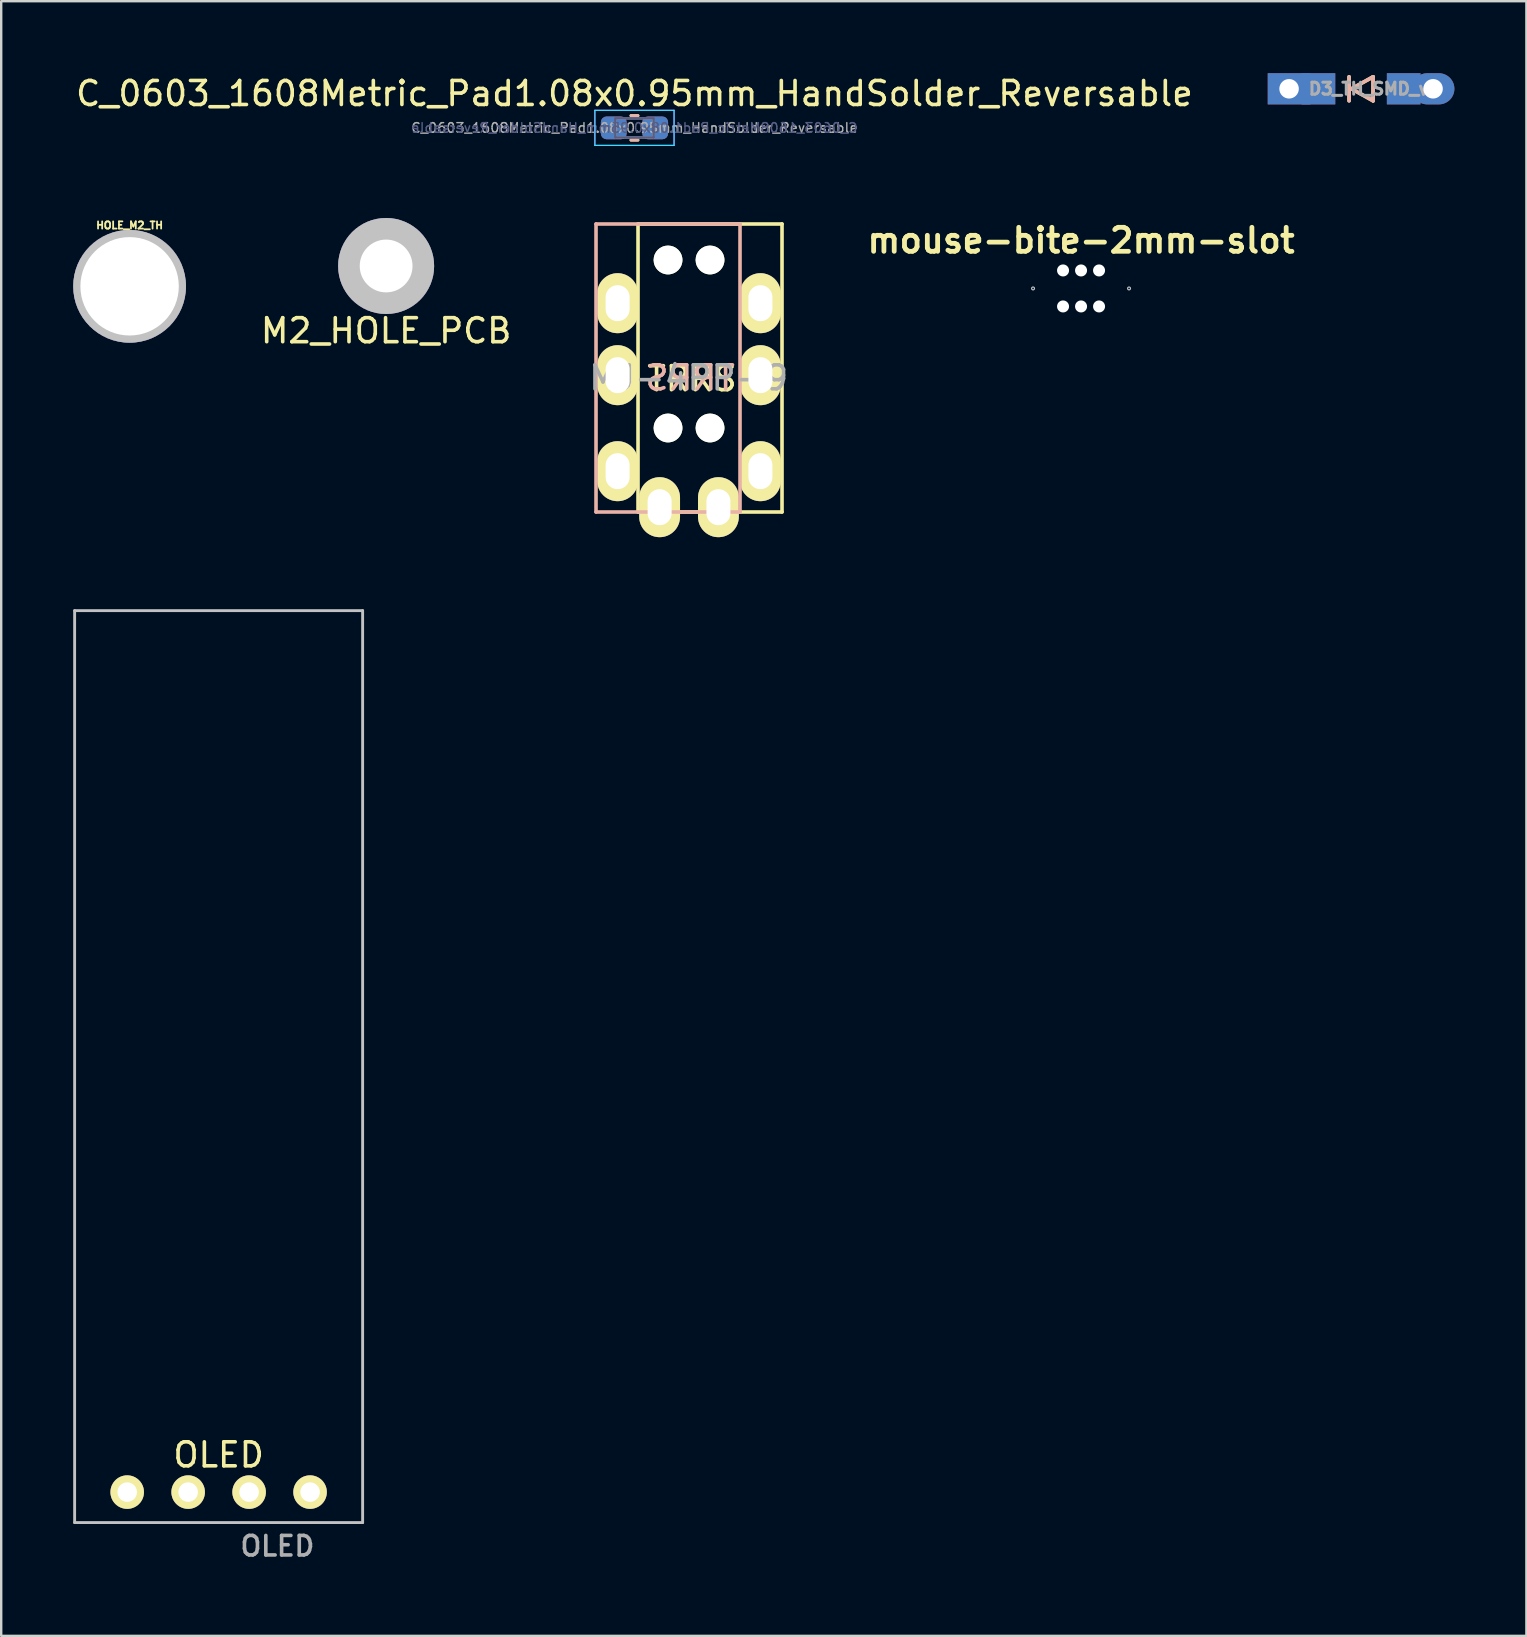
<source format=kicad_pcb>
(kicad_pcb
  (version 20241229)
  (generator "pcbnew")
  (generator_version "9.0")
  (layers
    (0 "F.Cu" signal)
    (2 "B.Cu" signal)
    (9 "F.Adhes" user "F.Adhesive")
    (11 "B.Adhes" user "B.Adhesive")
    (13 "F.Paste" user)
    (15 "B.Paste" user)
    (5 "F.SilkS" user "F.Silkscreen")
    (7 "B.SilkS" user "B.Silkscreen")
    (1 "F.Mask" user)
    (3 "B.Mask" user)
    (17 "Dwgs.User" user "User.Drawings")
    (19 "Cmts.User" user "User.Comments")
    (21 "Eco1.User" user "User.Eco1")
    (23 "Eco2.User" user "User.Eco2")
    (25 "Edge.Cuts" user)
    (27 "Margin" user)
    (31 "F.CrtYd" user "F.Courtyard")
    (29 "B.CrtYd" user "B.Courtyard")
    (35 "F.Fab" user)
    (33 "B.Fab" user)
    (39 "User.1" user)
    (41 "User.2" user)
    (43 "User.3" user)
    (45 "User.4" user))
  (footprint "mouse-bite-2mm-slot"
    (layer "F.Cu")
    (at 41.995 8.969)
    (property "Reference" "mouse-bite-2mm-slot" (at 0 -2 0) (layer "F.SilkS") (effects (font (size 1 1) (thickness 0.2))))
    (attr through_hole)
    (fp_circle (center -2 0) (end -2 -0.06) (stroke (width 0.05) (type solid)) (fill no) (layer "Dwgs.User"))
    (fp_circle (center 2 0) (end 2.06 0) (stroke (width 0.05) (type solid)) (fill no) (layer "Dwgs.User"))
    (fp_line (start -2 0) (end -2 0) (stroke (width 2) (type solid)) (layer "Eco1.User"))
    (fp_line (start 2 0) (end 2 0) (stroke (width 2) (type solid)) (layer "Eco1.User"))
    (pad "" np_thru_hole circle (at -0.75 -0.75) (size 0.5 0.5) (drill 0.5) (layers "*.Cu" "*.Mask"))
    (pad "" np_thru_hole circle (at -0.75 0.75) (size 0.5 0.5) (drill 0.5) (layers "*.Cu" "*.Mask"))
    (pad "" np_thru_hole circle (at 0 -0.75) (size 0.5 0.5) (drill 0.5) (layers "*.Cu" "*.Mask"))
    (pad "" np_thru_hole circle (at 0 0.75) (size 0.5 0.5) (drill 0.5) (layers "*.Cu" "*.Mask"))
    (pad "" np_thru_hole circle (at 0.75 -0.75) (size 0.5 0.5) (drill 0.5) (layers "*.Cu" "*.Mask"))
    (pad "" np_thru_hole circle (at 0.75 0.75) (size 0.5 0.5) (drill 0.5) (layers "*.Cu" "*.Mask")))
  (footprint "OLED"
    (layer "F.Cu")
    (at 6.06 59.123)
    (property "Reference" "OLED" (at 2.45 2.25 180) (layer "F.Fab") (effects (font (size 0.813 0.813) (thickness 0.15))))
    (attr through_hole)
    (fp_line (start -6 -36.73) (end 6 -36.73) (stroke (width 0.12) (type solid)) (layer "Dwgs.User"))
    (fp_line (start -6 1.27) (end -6 -36.73) (stroke (width 0.12) (type solid)) (layer "Dwgs.User"))
    (fp_line (start -6 1.27) (end 6 1.27) (stroke (width 0.12) (type solid)) (layer "Dwgs.User"))
    (fp_line (start 6 -36.73) (end 6 1.27) (stroke (width 0.12) (type solid)) (layer "Dwgs.User"))
    (fp_text user "OLED" (at 0 -1.55 0) (layer "F.SilkS") (effects (font (size 1 1) (thickness 0.15))))
    (pad "1" thru_hole circle (at -3.81 0) (size 1.397 1.397) (drill 0.813) (layers "*.Cu" "B.Mask" "F.SilkS"))
    (pad "2" thru_hole circle (at -1.27 0) (size 1.397 1.397) (drill 0.813) (layers "*.Cu" "B.Mask" "F.SilkS"))
    (pad "3" thru_hole circle (at 1.27 0) (size 1.397 1.397) (drill 0.813) (layers "*.Cu" "B.Mask" "F.SilkS"))
    (pad "4" thru_hole circle (at 3.81 0) (size 1.397 1.397) (drill 0.813) (layers "*.Cu" "B.Mask" "F.SilkS")))
  (footprint "MJ-4PP-9"
    (layer "F.Cu")
    (at 26.535 6.283)
    (property "Reference" "MJ-4PP-9" (at -0.889 6.413 0) (layer "F.Fab") (effects (font (size 1 1) (thickness 0.15))))
    (attr through_hole)
    (fp_line (start -3 0) (end 3 0) (stroke (width 0.15) (type solid)) (layer "F.SilkS"))
    (fp_line (start -3 12) (end -3 0) (stroke (width 0.15) (type solid)) (layer "F.SilkS"))
    (fp_line (start 3 0) (end 3 12) (stroke (width 0.15) (type solid)) (layer "F.SilkS"))
    (fp_line (start 3 12) (end -3 12) (stroke (width 0.15) (type solid)) (layer "F.SilkS"))
    (fp_line (start -4.75 0) (end 1.25 0) (stroke (width 0.15) (type solid)) (layer "B.SilkS"))
    (fp_line (start -4.75 12) (end -4.75 0) (stroke (width 0.15) (type solid)) (layer "B.SilkS"))
    (fp_line (start 1.25 0) (end 1.25 12) (stroke (width 0.15) (type solid)) (layer "B.SilkS"))
    (fp_line (start 1.25 12) (end -4.75 12) (stroke (width 0.15) (type solid)) (layer "B.SilkS"))
    (fp_text user "TRRS" (at -0.75 6.45 0) (layer "F.SilkS") (effects (font (size 1 1) (thickness 0.15))))
    (fp_text user "TRRS" (at -0.826 6.413 0) (layer "B.SilkS") (effects (font (size 1 1) (thickness 0.15)) (justify mirror)))
    (pad "" np_thru_hole circle (at -1.75 1.5) (size 1.2 1.2) (drill 1.2) (layers "*.Cu" "*.Mask" "F.SilkS"))
    (pad "" np_thru_hole circle (at -1.75 8.5) (size 1.2 1.2) (drill 1.2) (layers "*.Cu" "*.Mask" "F.SilkS"))
    (pad "" np_thru_hole circle (at 0 1.5) (size 1.2 1.2) (drill 1.2) (layers "*.Cu" "*.Mask" "F.SilkS"))
    (pad "" np_thru_hole circle (at 0 8.5) (size 1.2 1.2) (drill 1.2) (layers "*.Cu" "*.Mask" "F.SilkS"))
    (pad "1" thru_hole oval (at -3.85 10.3) (size 1.7 2.5) (drill oval 1 1.5) (layers "*.Cu" "*.Mask" "F.SilkS"))
    (pad "1" thru_hole oval (at 2.1 10.3) (size 1.7 2.5) (drill oval 1 1.5) (layers "*.Cu" "*.Mask" "F.SilkS"))
    (pad "2" thru_hole oval (at -3.85 6.3) (size 1.7 2.5) (drill oval 1 1.5) (layers "*.Cu" "*.Mask" "F.SilkS"))
    (pad "2" thru_hole oval (at 2.1 6.3) (size 1.7 2.5) (drill oval 1 1.5) (layers "*.Cu" "*.Mask" "F.SilkS"))
    (pad "3" thru_hole oval (at -3.85 3.3) (size 1.7 2.5) (drill oval 1 1.5) (layers "*.Cu" "*.Mask" "F.SilkS"))
    (pad "3" thru_hole oval (at 2.1 3.3) (size 1.7 2.5) (drill oval 1 1.5) (layers "*.Cu" "*.Mask" "F.SilkS"))
    (pad "4" thru_hole oval (at -2.1 11.8) (size 1.7 2.5) (drill oval 1 1.5) (layers "*.Cu" "*.Mask" "F.SilkS"))
    (pad "4" thru_hole oval (at 0.35 11.8) (size 1.7 2.5) (drill oval 1 1.5) (layers "*.Cu" "*.Mask" "F.SilkS")))
  (footprint "C_0603_1608Metric_Pad1.08x0.95mm_HandSolder_Reversable"
    (layer "F.Cu")
    (at 23.387 2.278)
    (property "Reference" "C_0603_1608Metric_Pad1.08x0.95mm_HandSolder_Reversable" (at 0 -1.43 0) (layer "F.SilkS") (effects (font (size 1 1) (thickness 0.15))))
    (attr smd)
    (fp_line (start -0.146 -0.51) (end 0.146 -0.51) (stroke (width 0.12) (type solid)) (layer "F.SilkS"))
    (fp_line (start -0.146 0.51) (end 0.146 0.51) (stroke (width 0.12) (type solid)) (layer "F.SilkS"))
    (fp_line (start -0.146 -0.51) (end 0.146 -0.51) (stroke (width 0.12) (type solid)) (layer "B.SilkS"))
    (fp_line (start -0.146 0.51) (end 0.146 0.51) (stroke (width 0.12) (type solid)) (layer "B.SilkS"))
    (fp_line (start -1.65 -0.73) (end -1.65 0.73) (stroke (width 0.05) (type solid)) (layer "B.CrtYd"))
    (fp_line (start -1.65 0.73) (end 1.65 0.73) (stroke (width 0.05) (type solid)) (layer "B.CrtYd"))
    (fp_line (start 1.65 -0.73) (end -1.65 -0.73) (stroke (width 0.05) (type solid)) (layer "B.CrtYd"))
    (fp_line (start 1.65 0.73) (end 1.65 -0.73) (stroke (width 0.05) (type solid)) (layer "B.CrtYd"))
    (fp_line (start -1.65 -0.73) (end 1.65 -0.73) (stroke (width 0.05) (type solid)) (layer "F.CrtYd"))
    (fp_line (start -1.65 0.73) (end -1.65 -0.73) (stroke (width 0.05) (type solid)) (layer "F.CrtYd"))
    (fp_line (start 1.65 -0.73) (end 1.65 0.73) (stroke (width 0.05) (type solid)) (layer "F.CrtYd"))
    (fp_line (start 1.65 0.73) (end -1.65 0.73) (stroke (width 0.05) (type solid)) (layer "F.CrtYd"))
    (fp_line (start -0.8 -0.4) (end -0.8 0.4) (stroke (width 0.1) (type solid)) (layer "B.Fab"))
    (fp_line (start -0.8 0.4) (end 0.8 0.4) (stroke (width 0.1) (type solid)) (layer "B.Fab"))
    (fp_line (start 0.8 -0.4) (end -0.8 -0.4) (stroke (width 0.1) (type solid)) (layer "B.Fab"))
    (fp_line (start 0.8 0.4) (end 0.8 -0.4) (stroke (width 0.1) (type solid)) (layer "B.Fab"))
    (fp_line (start -0.8 -0.4) (end 0.8 -0.4) (stroke (width 0.1) (type solid)) (layer "F.Fab"))
    (fp_line (start -0.8 0.4) (end -0.8 -0.4) (stroke (width 0.1) (type solid)) (layer "F.Fab"))
    (fp_line (start 0.8 -0.4) (end 0.8 0.4) (stroke (width 0.1) (type solid)) (layer "F.Fab"))
    (fp_line (start 0.8 0.4) (end -0.8 0.4) (stroke (width 0.1) (type solid)) (layer "F.Fab"))
    (fp_text user "${REFERENCE}" (at 0 0 180) (layer "B.Fab") (effects (font (size 0.4 0.4) (thickness 0.06)) (justify mirror)))
    (fp_text user "${REFERENCE}" (at 0 0 0) (layer "F.Fab") (effects (font (size 0.4 0.4) (thickness 0.06))))
    (pad "1" smd roundrect (at -0.863 0) (size 1.075 0.95) (layers "F.Cu" "F.Mask" "F.Paste") (roundrect_rratio 0.25))
    (pad "1" smd roundrect (at -0.863 0 180) (size 1.075 0.95) (layers "B.Cu" "B.Mask" "B.Paste") (roundrect_rratio 0.25))
    (pad "2" smd roundrect (at 0.863 0) (size 1.075 0.95) (layers "F.Cu" "F.Mask" "F.Paste") (roundrect_rratio 0.25))
    (pad "2" smd roundrect (at 0.863 0 180) (size 1.075 0.95) (layers "B.Cu" "B.Mask" "B.Paste") (roundrect_rratio 0.25)))
  (footprint "M2_HOLE_PCB"
    (layer "F.Cu")
    (at 13.039 8.033)
    (property "Reference" "M2_HOLE_PCB" (at 0 2.7 0) (layer "F.SilkS") (effects (font (size 1 1) (thickness 0.15))))
    (attr through_hole)
    (pad "" thru_hole circle (at 0 0) (size 4 4) (drill 2.2) (layers "*.Cu" "*.Mask" "Dwgs.User")))
  (footprint "HOLE_M2_TH"
    (layer "F.Cu")
    (at 2.35 8.88)
    (property "Reference" "HOLE_M2_TH" (at 0 -2.54 0) (layer "F.SilkS") (effects (font (size 0.3 0.3) (thickness 0.076))))
    (attr through_hole)
    (pad "" thru_hole circle (at 0 0 90) (size 4.7 4.7) (drill 4.1) (layers "*.Cu" "*.Mask" "Dwgs.User")))
  (footprint "D3_TH_SMD_v2"
    (layer "F.Cu")
    (at 53.663 0.65)
    (property "Reference" "D3_TH_SMD_v2" (at 0.55 0 180) (layer "F.Fab") (effects (font (size 0.5 0.5) (thickness 0.125))))
    (attr through_hole)
    (fp_line (start -0.5 -0.5) (end -0.5 0.5) (stroke (width 0.15) (type solid)) (layer "F.SilkS"))
    (fp_line (start -0.4 0) (end 0.5 -0.5) (stroke (width 0.15) (type solid)) (layer "F.SilkS"))
    (fp_line (start 0.5 -0.5) (end 0.5 0.5) (stroke (width 0.15) (type solid)) (layer "F.SilkS"))
    (fp_line (start 0.5 0.5) (end -0.4 0) (stroke (width 0.15) (type solid)) (layer "F.SilkS"))
    (fp_line (start -0.5 0.5) (end -0.5 -0.5) (stroke (width 0.15) (type solid)) (layer "B.SilkS"))
    (fp_line (start -0.4 0) (end 0.5 0.5) (stroke (width 0.15) (type solid)) (layer "B.SilkS"))
    (fp_line (start 0.5 -0.5) (end -0.4 0) (stroke (width 0.15) (type solid)) (layer "B.SilkS"))
    (fp_line (start 0.5 0.5) (end 0.5 -0.5) (stroke (width 0.15) (type solid)) (layer "B.SilkS"))
    (pad "1" thru_hole rect (at -3 0) (size 1.778 1.3) (drill 0.813) (layers "*.Cu" "*.Mask"))
    (pad "1" smd rect (at -1.775 0 180) (size 1.4 1.3) (layers "F.Cu" "F.Mask" "F.Paste"))
    (pad "1" smd rect (at -1.775 0 180) (size 1.4 1.3) (layers "B.Cu" "B.Mask" "B.Paste"))
    (pad "2" smd rect (at 1.775 0 180) (size 1.4 1.3) (layers "F.Cu" "F.Mask" "F.Paste"))
    (pad "2" smd rect (at 1.775 0 180) (size 1.4 1.3) (layers "B.Cu" "B.Mask" "B.Paste"))
    (pad "2" thru_hole oval (at 3 0) (size 1.778 1.3) (drill 0.813) (layers "*.Cu" "*.Mask")))
  (gr_rect
    (start -3 -3)
    (end 60.552 65.112)
    (stroke (width 0.1) (type default))
    (fill no)
    (layer "Edge.Cuts")))
</source>
